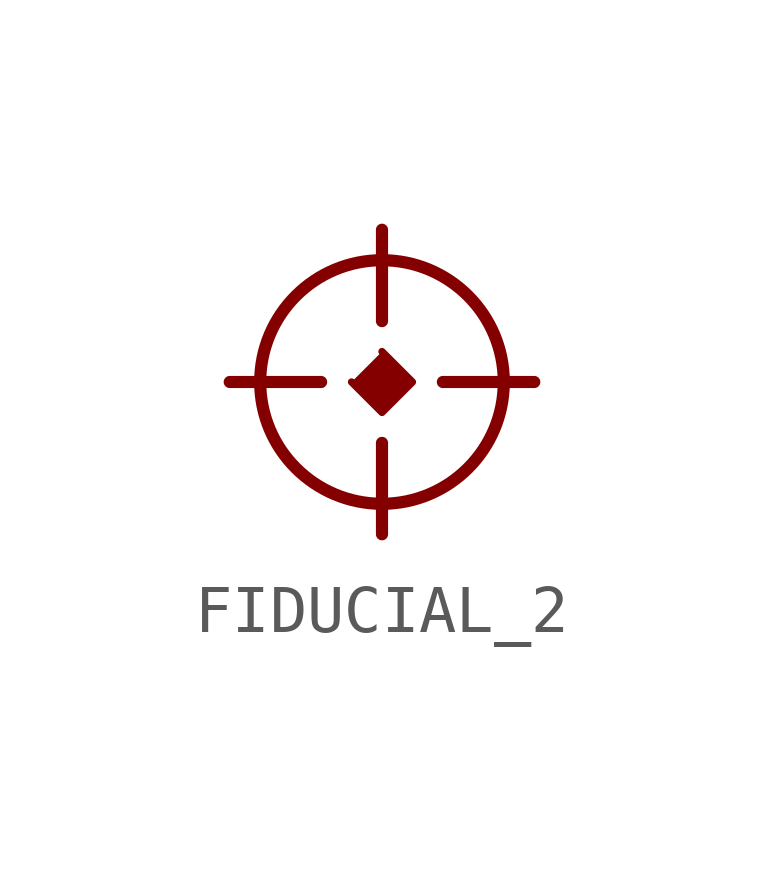
<source format=kicad_sym>
(kicad_symbol_lib
  (version 20211014)
  (generator kicad_symbol_editor)
  (symbol "FIDUCIAL_2"
    (property "Reference" "FM"
      (at 0 0 0)
      (effects (font (size 1.27 1.27)) hide))
    (property "ki_locked" ""
      (at 0 0 0)
      (effects (font (size 1.27 1.27))))
    (symbol "FIDUCIAL_2_1_0"
      (polyline (pts (xy -1.27 0) (xy -3.175 0)) (stroke (width 0.254) (type default) (color 0 0 0 0)) (fill (type none)))
      (polyline (pts (xy 0 -1.27) (xy 0 -3.175)) (stroke (width 0.254) (type default) (color 0 0 0 0)) (fill (type none)))
      (polyline (pts (xy 0 1.27) (xy 0 3.175)) (stroke (width 0.254) (type default) (color 0 0 0 0)) (fill (type none)))
      (polyline (pts (xy 1.27 0) (xy 3.175 0)) (stroke (width 0.254) (type default) (color 0 0 0 0)) (fill (type none)))
      (polyline (pts (xy 0 0.635) (xy 0.635 0) (xy 0 -0.635) (xy -0.635 0)) (stroke (width 0) (type default) (color 0 0 0 0)) (fill (type outline)))
      (circle (center 0 0) (radius 2.54) (stroke (width 0.254) (type default) (color 0 0 0 0)) (fill (type none))))))
</source>
